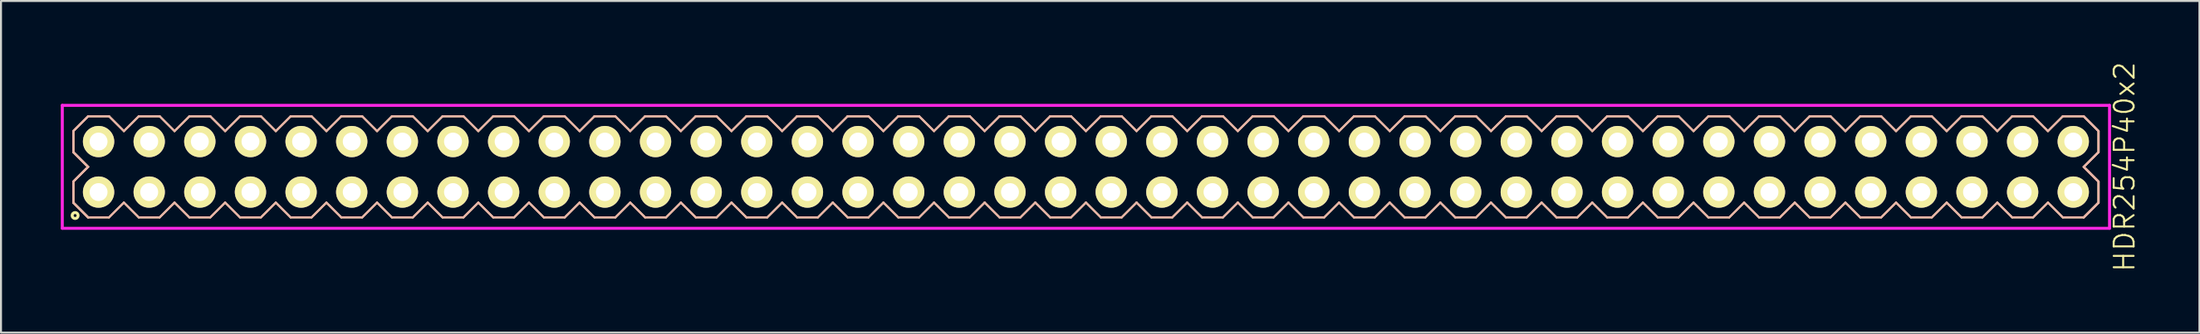
<source format=kicad_pcb>
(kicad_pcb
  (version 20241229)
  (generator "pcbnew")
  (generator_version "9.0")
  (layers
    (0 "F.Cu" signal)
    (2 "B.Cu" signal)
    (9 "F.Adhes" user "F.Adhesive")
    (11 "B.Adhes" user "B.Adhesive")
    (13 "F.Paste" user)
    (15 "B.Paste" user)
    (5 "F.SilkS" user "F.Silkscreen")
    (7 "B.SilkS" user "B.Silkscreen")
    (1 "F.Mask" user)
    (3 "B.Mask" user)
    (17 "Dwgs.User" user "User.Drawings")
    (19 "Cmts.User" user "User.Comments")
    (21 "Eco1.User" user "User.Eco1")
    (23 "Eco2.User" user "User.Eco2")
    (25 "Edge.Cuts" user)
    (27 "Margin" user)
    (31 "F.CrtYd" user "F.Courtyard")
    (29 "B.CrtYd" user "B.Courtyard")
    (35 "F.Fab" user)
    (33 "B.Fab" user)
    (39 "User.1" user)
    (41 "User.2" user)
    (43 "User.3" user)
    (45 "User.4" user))
  (footprint "HDR254P40x2"
    (layer "F.Cu")
    (at 51.425 5.336)
    (property "Reference" "HDR254P40x2" (at 52.1 0 90) (layer "F.SilkS") (effects (font (size 1 1) (thickness 0.1))))
    (attr through_hole)
    (fp_line (start -50.8 -1.796) (end -50.056 -2.54) (stroke (width 0.1) (type solid)) (layer "F.SilkS"))
    (fp_line (start -50.8 -1.796) (end -50.056 -2.54) (stroke (width 0.1) (type solid)) (layer "F.SilkS"))
    (fp_line (start -50.8 -0.744) (end -50.8 -1.796) (stroke (width 0.1) (type solid)) (layer "F.SilkS"))
    (fp_line (start -50.8 -0.744) (end -50.8 -1.796) (stroke (width 0.1) (type solid)) (layer "F.SilkS"))
    (fp_line (start -50.8 0.744) (end -50.056 0) (stroke (width 0.1) (type solid)) (layer "F.SilkS"))
    (fp_line (start -50.8 0.744) (end -50.056 0) (stroke (width 0.1) (type solid)) (layer "F.SilkS"))
    (fp_line (start -50.8 1.796) (end -50.8 0.744) (stroke (width 0.1) (type solid)) (layer "F.SilkS"))
    (fp_line (start -50.8 1.796) (end -50.8 0.744) (stroke (width 0.1) (type solid)) (layer "F.SilkS"))
    (fp_line (start -50.056 -2.54) (end -49.004 -2.54) (stroke (width 0.1) (type solid)) (layer "F.SilkS"))
    (fp_line (start -50.056 0) (end -50.8 -0.744) (stroke (width 0.1) (type solid)) (layer "F.SilkS"))
    (fp_line (start -50.056 0) (end -50.8 -0.744) (stroke (width 0.1) (type solid)) (layer "F.SilkS"))
    (fp_line (start -50.056 2.54) (end -50.8 1.796) (stroke (width 0.1) (type solid)) (layer "F.SilkS"))
    (fp_line (start -50.056 2.54) (end -50.8 1.796) (stroke (width 0.1) (type solid)) (layer "F.SilkS"))
    (fp_line (start -49.004 -2.54) (end -48.26 -1.796) (stroke (width 0.1) (type solid)) (layer "F.SilkS"))
    (fp_line (start -49.004 2.54) (end -50.056 2.54) (stroke (width 0.1) (type solid)) (layer "F.SilkS"))
    (fp_line (start -48.26 -1.796) (end -47.516 -2.54) (stroke (width 0.1) (type solid)) (layer "F.SilkS"))
    (fp_line (start -48.26 1.796) (end -49.004 2.54) (stroke (width 0.1) (type solid)) (layer "F.SilkS"))
    (fp_line (start -47.516 -2.54) (end -46.464 -2.54) (stroke (width 0.1) (type solid)) (layer "F.SilkS"))
    (fp_line (start -47.516 2.54) (end -48.26 1.796) (stroke (width 0.1) (type solid)) (layer "F.SilkS"))
    (fp_line (start -46.464 -2.54) (end -45.72 -1.796) (stroke (width 0.1) (type solid)) (layer "F.SilkS"))
    (fp_line (start -46.464 2.54) (end -47.516 2.54) (stroke (width 0.1) (type solid)) (layer "F.SilkS"))
    (fp_line (start -45.72 -1.796) (end -44.976 -2.54) (stroke (width 0.1) (type solid)) (layer "F.SilkS"))
    (fp_line (start -45.72 1.796) (end -46.464 2.54) (stroke (width 0.1) (type solid)) (layer "F.SilkS"))
    (fp_line (start -44.976 -2.54) (end -43.924 -2.54) (stroke (width 0.1) (type solid)) (layer "F.SilkS"))
    (fp_line (start -44.976 2.54) (end -45.72 1.796) (stroke (width 0.1) (type solid)) (layer "F.SilkS"))
    (fp_line (start -43.924 -2.54) (end -43.18 -1.796) (stroke (width 0.1) (type solid)) (layer "F.SilkS"))
    (fp_line (start -43.924 2.54) (end -44.976 2.54) (stroke (width 0.1) (type solid)) (layer "F.SilkS"))
    (fp_line (start -43.18 -1.796) (end -42.436 -2.54) (stroke (width 0.1) (type solid)) (layer "F.SilkS"))
    (fp_line (start -43.18 1.796) (end -43.924 2.54) (stroke (width 0.1) (type solid)) (layer "F.SilkS"))
    (fp_line (start -42.436 -2.54) (end -41.384 -2.54) (stroke (width 0.1) (type solid)) (layer "F.SilkS"))
    (fp_line (start -42.436 2.54) (end -43.18 1.796) (stroke (width 0.1) (type solid)) (layer "F.SilkS"))
    (fp_line (start -41.384 -2.54) (end -40.64 -1.796) (stroke (width 0.1) (type solid)) (layer "F.SilkS"))
    (fp_line (start -41.384 2.54) (end -42.436 2.54) (stroke (width 0.1) (type solid)) (layer "F.SilkS"))
    (fp_line (start -40.64 -1.796) (end -39.896 -2.54) (stroke (width 0.1) (type solid)) (layer "F.SilkS"))
    (fp_line (start -40.64 1.796) (end -41.384 2.54) (stroke (width 0.1) (type solid)) (layer "F.SilkS"))
    (fp_line (start -39.896 -2.54) (end -38.844 -2.54) (stroke (width 0.1) (type solid)) (layer "F.SilkS"))
    (fp_line (start -39.896 2.54) (end -40.64 1.796) (stroke (width 0.1) (type solid)) (layer "F.SilkS"))
    (fp_line (start -38.844 -2.54) (end -38.1 -1.796) (stroke (width 0.1) (type solid)) (layer "F.SilkS"))
    (fp_line (start -38.844 2.54) (end -39.896 2.54) (stroke (width 0.1) (type solid)) (layer "F.SilkS"))
    (fp_line (start -38.1 -1.796) (end -37.356 -2.54) (stroke (width 0.1) (type solid)) (layer "F.SilkS"))
    (fp_line (start -38.1 1.796) (end -38.844 2.54) (stroke (width 0.1) (type solid)) (layer "F.SilkS"))
    (fp_line (start -37.356 -2.54) (end -36.304 -2.54) (stroke (width 0.1) (type solid)) (layer "F.SilkS"))
    (fp_line (start -37.356 2.54) (end -38.1 1.796) (stroke (width 0.1) (type solid)) (layer "F.SilkS"))
    (fp_line (start -36.304 -2.54) (end -35.56 -1.796) (stroke (width 0.1) (type solid)) (layer "F.SilkS"))
    (fp_line (start -36.304 2.54) (end -37.356 2.54) (stroke (width 0.1) (type solid)) (layer "F.SilkS"))
    (fp_line (start -35.56 -1.796) (end -34.816 -2.54) (stroke (width 0.1) (type solid)) (layer "F.SilkS"))
    (fp_line (start -35.56 1.796) (end -36.304 2.54) (stroke (width 0.1) (type solid)) (layer "F.SilkS"))
    (fp_line (start -34.816 -2.54) (end -33.764 -2.54) (stroke (width 0.1) (type solid)) (layer "F.SilkS"))
    (fp_line (start -34.816 2.54) (end -35.56 1.796) (stroke (width 0.1) (type solid)) (layer "F.SilkS"))
    (fp_line (start -33.764 -2.54) (end -33.02 -1.796) (stroke (width 0.1) (type solid)) (layer "F.SilkS"))
    (fp_line (start -33.764 2.54) (end -34.816 2.54) (stroke (width 0.1) (type solid)) (layer "F.SilkS"))
    (fp_line (start -33.02 -1.796) (end -32.276 -2.54) (stroke (width 0.1) (type solid)) (layer "F.SilkS"))
    (fp_line (start -33.02 1.796) (end -33.764 2.54) (stroke (width 0.1) (type solid)) (layer "F.SilkS"))
    (fp_line (start -32.276 -2.54) (end -31.224 -2.54) (stroke (width 0.1) (type solid)) (layer "F.SilkS"))
    (fp_line (start -32.276 2.54) (end -33.02 1.796) (stroke (width 0.1) (type solid)) (layer "F.SilkS"))
    (fp_line (start -31.224 -2.54) (end -30.48 -1.796) (stroke (width 0.1) (type solid)) (layer "F.SilkS"))
    (fp_line (start -31.224 2.54) (end -32.276 2.54) (stroke (width 0.1) (type solid)) (layer "F.SilkS"))
    (fp_line (start -30.48 -1.796) (end -29.736 -2.54) (stroke (width 0.1) (type solid)) (layer "F.SilkS"))
    (fp_line (start -30.48 1.796) (end -31.224 2.54) (stroke (width 0.1) (type solid)) (layer "F.SilkS"))
    (fp_line (start -29.736 -2.54) (end -28.684 -2.54) (stroke (width 0.1) (type solid)) (layer "F.SilkS"))
    (fp_line (start -29.736 2.54) (end -30.48 1.796) (stroke (width 0.1) (type solid)) (layer "F.SilkS"))
    (fp_line (start -28.684 -2.54) (end -27.94 -1.796) (stroke (width 0.1) (type solid)) (layer "F.SilkS"))
    (fp_line (start -28.684 2.54) (end -29.736 2.54) (stroke (width 0.1) (type solid)) (layer "F.SilkS"))
    (fp_line (start -27.94 -1.796) (end -27.196 -2.54) (stroke (width 0.1) (type solid)) (layer "F.SilkS"))
    (fp_line (start -27.94 1.796) (end -28.684 2.54) (stroke (width 0.1) (type solid)) (layer "F.SilkS"))
    (fp_line (start -27.196 -2.54) (end -26.144 -2.54) (stroke (width 0.1) (type solid)) (layer "F.SilkS"))
    (fp_line (start -27.196 2.54) (end -27.94 1.796) (stroke (width 0.1) (type solid)) (layer "F.SilkS"))
    (fp_line (start -26.144 -2.54) (end -25.4 -1.796) (stroke (width 0.1) (type solid)) (layer "F.SilkS"))
    (fp_line (start -26.144 2.54) (end -27.196 2.54) (stroke (width 0.1) (type solid)) (layer "F.SilkS"))
    (fp_line (start -25.4 -1.796) (end -24.656 -2.54) (stroke (width 0.1) (type solid)) (layer "F.SilkS"))
    (fp_line (start -25.4 1.796) (end -26.144 2.54) (stroke (width 0.1) (type solid)) (layer "F.SilkS"))
    (fp_line (start -24.656 -2.54) (end -23.604 -2.54) (stroke (width 0.1) (type solid)) (layer "F.SilkS"))
    (fp_line (start -24.656 2.54) (end -25.4 1.796) (stroke (width 0.1) (type solid)) (layer "F.SilkS"))
    (fp_line (start -23.604 -2.54) (end -22.86 -1.796) (stroke (width 0.1) (type solid)) (layer "F.SilkS"))
    (fp_line (start -23.604 2.54) (end -24.656 2.54) (stroke (width 0.1) (type solid)) (layer "F.SilkS"))
    (fp_line (start -22.86 -1.796) (end -22.116 -2.54) (stroke (width 0.1) (type solid)) (layer "F.SilkS"))
    (fp_line (start -22.86 1.796) (end -23.604 2.54) (stroke (width 0.1) (type solid)) (layer "F.SilkS"))
    (fp_line (start -22.116 -2.54) (end -21.064 -2.54) (stroke (width 0.1) (type solid)) (layer "F.SilkS"))
    (fp_line (start -22.116 2.54) (end -22.86 1.796) (stroke (width 0.1) (type solid)) (layer "F.SilkS"))
    (fp_line (start -21.064 -2.54) (end -20.32 -1.796) (stroke (width 0.1) (type solid)) (layer "F.SilkS"))
    (fp_line (start -21.064 2.54) (end -22.116 2.54) (stroke (width 0.1) (type solid)) (layer "F.SilkS"))
    (fp_line (start -20.32 -1.796) (end -19.576 -2.54) (stroke (width 0.1) (type solid)) (layer "F.SilkS"))
    (fp_line (start -20.32 1.796) (end -21.064 2.54) (stroke (width 0.1) (type solid)) (layer "F.SilkS"))
    (fp_line (start -19.576 -2.54) (end -18.524 -2.54) (stroke (width 0.1) (type solid)) (layer "F.SilkS"))
    (fp_line (start -19.576 2.54) (end -20.32 1.796) (stroke (width 0.1) (type solid)) (layer "F.SilkS"))
    (fp_line (start -18.524 -2.54) (end -17.78 -1.796) (stroke (width 0.1) (type solid)) (layer "F.SilkS"))
    (fp_line (start -18.524 2.54) (end -19.576 2.54) (stroke (width 0.1) (type solid)) (layer "F.SilkS"))
    (fp_line (start -17.78 -1.796) (end -17.036 -2.54) (stroke (width 0.1) (type solid)) (layer "F.SilkS"))
    (fp_line (start -17.78 1.796) (end -18.524 2.54) (stroke (width 0.1) (type solid)) (layer "F.SilkS"))
    (fp_line (start -17.036 -2.54) (end -15.984 -2.54) (stroke (width 0.1) (type solid)) (layer "F.SilkS"))
    (fp_line (start -17.036 2.54) (end -17.78 1.796) (stroke (width 0.1) (type solid)) (layer "F.SilkS"))
    (fp_line (start -15.984 -2.54) (end -15.24 -1.796) (stroke (width 0.1) (type solid)) (layer "F.SilkS"))
    (fp_line (start -15.984 2.54) (end -17.036 2.54) (stroke (width 0.1) (type solid)) (layer "F.SilkS"))
    (fp_line (start -15.24 -1.796) (end -14.496 -2.54) (stroke (width 0.1) (type solid)) (layer "F.SilkS"))
    (fp_line (start -15.24 1.796) (end -15.984 2.54) (stroke (width 0.1) (type solid)) (layer "F.SilkS"))
    (fp_line (start -14.496 -2.54) (end -13.444 -2.54) (stroke (width 0.1) (type solid)) (layer "F.SilkS"))
    (fp_line (start -14.496 2.54) (end -15.24 1.796) (stroke (width 0.1) (type solid)) (layer "F.SilkS"))
    (fp_line (start -13.444 -2.54) (end -12.7 -1.796) (stroke (width 0.1) (type solid)) (layer "F.SilkS"))
    (fp_line (start -13.444 2.54) (end -14.496 2.54) (stroke (width 0.1) (type solid)) (layer "F.SilkS"))
    (fp_line (start -12.7 -1.796) (end -11.956 -2.54) (stroke (width 0.1) (type solid)) (layer "F.SilkS"))
    (fp_line (start -12.7 1.796) (end -13.444 2.54) (stroke (width 0.1) (type solid)) (layer "F.SilkS"))
    (fp_line (start -11.956 -2.54) (end -10.904 -2.54) (stroke (width 0.1) (type solid)) (layer "F.SilkS"))
    (fp_line (start -11.956 2.54) (end -12.7 1.796) (stroke (width 0.1) (type solid)) (layer "F.SilkS"))
    (fp_line (start -10.904 -2.54) (end -10.16 -1.796) (stroke (width 0.1) (type solid)) (layer "F.SilkS"))
    (fp_line (start -10.904 2.54) (end -11.956 2.54) (stroke (width 0.1) (type solid)) (layer "F.SilkS"))
    (fp_line (start -10.16 -1.796) (end -9.416 -2.54) (stroke (width 0.1) (type solid)) (layer "F.SilkS"))
    (fp_line (start -10.16 1.796) (end -10.904 2.54) (stroke (width 0.1) (type solid)) (layer "F.SilkS"))
    (fp_line (start -9.416 -2.54) (end -8.364 -2.54) (stroke (width 0.1) (type solid)) (layer "F.SilkS"))
    (fp_line (start -9.416 2.54) (end -10.16 1.796) (stroke (width 0.1) (type solid)) (layer "F.SilkS"))
    (fp_line (start -8.364 -2.54) (end -7.62 -1.796) (stroke (width 0.1) (type solid)) (layer "F.SilkS"))
    (fp_line (start -8.364 2.54) (end -9.416 2.54) (stroke (width 0.1) (type solid)) (layer "F.SilkS"))
    (fp_line (start -7.62 -1.796) (end -6.876 -2.54) (stroke (width 0.1) (type solid)) (layer "F.SilkS"))
    (fp_line (start -7.62 1.796) (end -8.364 2.54) (stroke (width 0.1) (type solid)) (layer "F.SilkS"))
    (fp_line (start -6.876 -2.54) (end -5.824 -2.54) (stroke (width 0.1) (type solid)) (layer "F.SilkS"))
    (fp_line (start -6.876 2.54) (end -7.62 1.796) (stroke (width 0.1) (type solid)) (layer "F.SilkS"))
    (fp_line (start -5.824 -2.54) (end -5.08 -1.796) (stroke (width 0.1) (type solid)) (layer "F.SilkS"))
    (fp_line (start -5.824 2.54) (end -6.876 2.54) (stroke (width 0.1) (type solid)) (layer "F.SilkS"))
    (fp_line (start -5.08 -1.796) (end -4.336 -2.54) (stroke (width 0.1) (type solid)) (layer "F.SilkS"))
    (fp_line (start -5.08 1.796) (end -5.824 2.54) (stroke (width 0.1) (type solid)) (layer "F.SilkS"))
    (fp_line (start -4.336 -2.54) (end -3.284 -2.54) (stroke (width 0.1) (type solid)) (layer "F.SilkS"))
    (fp_line (start -4.336 2.54) (end -5.08 1.796) (stroke (width 0.1) (type solid)) (layer "F.SilkS"))
    (fp_line (start -3.284 -2.54) (end -2.54 -1.796) (stroke (width 0.1) (type solid)) (layer "F.SilkS"))
    (fp_line (start -3.284 2.54) (end -4.336 2.54) (stroke (width 0.1) (type solid)) (layer "F.SilkS"))
    (fp_line (start -2.54 -1.796) (end -1.796 -2.54) (stroke (width 0.1) (type solid)) (layer "F.SilkS"))
    (fp_line (start -2.54 1.796) (end -3.284 2.54) (stroke (width 0.1) (type solid)) (layer "F.SilkS"))
    (fp_line (start -1.796 -2.54) (end -0.744 -2.54) (stroke (width 0.1) (type solid)) (layer "F.SilkS"))
    (fp_line (start -1.796 2.54) (end -2.54 1.796) (stroke (width 0.1) (type solid)) (layer "F.SilkS"))
    (fp_line (start -0.744 -2.54) (end 0 -1.796) (stroke (width 0.1) (type solid)) (layer "F.SilkS"))
    (fp_line (start -0.744 2.54) (end -1.796 2.54) (stroke (width 0.1) (type solid)) (layer "F.SilkS"))
    (fp_line (start 0 -1.796) (end 0.744 -2.54) (stroke (width 0.1) (type solid)) (layer "F.SilkS"))
    (fp_line (start 0 1.796) (end -0.744 2.54) (stroke (width 0.1) (type solid)) (layer "F.SilkS"))
    (fp_line (start 0.744 -2.54) (end 1.796 -2.54) (stroke (width 0.1) (type solid)) (layer "F.SilkS"))
    (fp_line (start 0.744 2.54) (end 0 1.796) (stroke (width 0.1) (type solid)) (layer "F.SilkS"))
    (fp_line (start 1.796 -2.54) (end 2.54 -1.796) (stroke (width 0.1) (type solid)) (layer "F.SilkS"))
    (fp_line (start 1.796 2.54) (end 0.744 2.54) (stroke (width 0.1) (type solid)) (layer "F.SilkS"))
    (fp_line (start 2.54 -1.796) (end 3.284 -2.54) (stroke (width 0.1) (type solid)) (layer "F.SilkS"))
    (fp_line (start 2.54 1.796) (end 1.796 2.54) (stroke (width 0.1) (type solid)) (layer "F.SilkS"))
    (fp_line (start 3.284 -2.54) (end 4.336 -2.54) (stroke (width 0.1) (type solid)) (layer "F.SilkS"))
    (fp_line (start 3.284 2.54) (end 2.54 1.796) (stroke (width 0.1) (type solid)) (layer "F.SilkS"))
    (fp_line (start 4.336 -2.54) (end 5.08 -1.796) (stroke (width 0.1) (type solid)) (layer "F.SilkS"))
    (fp_line (start 4.336 2.54) (end 3.284 2.54) (stroke (width 0.1) (type solid)) (layer "F.SilkS"))
    (fp_line (start 5.08 -1.796) (end 5.824 -2.54) (stroke (width 0.1) (type solid)) (layer "F.SilkS"))
    (fp_line (start 5.08 1.796) (end 4.336 2.54) (stroke (width 0.1) (type solid)) (layer "F.SilkS"))
    (fp_line (start 5.824 -2.54) (end 6.876 -2.54) (stroke (width 0.1) (type solid)) (layer "F.SilkS"))
    (fp_line (start 5.824 2.54) (end 5.08 1.796) (stroke (width 0.1) (type solid)) (layer "F.SilkS"))
    (fp_line (start 6.876 -2.54) (end 7.62 -1.796) (stroke (width 0.1) (type solid)) (layer "F.SilkS"))
    (fp_line (start 6.876 2.54) (end 5.824 2.54) (stroke (width 0.1) (type solid)) (layer "F.SilkS"))
    (fp_line (start 7.62 -1.796) (end 8.364 -2.54) (stroke (width 0.1) (type solid)) (layer "F.SilkS"))
    (fp_line (start 7.62 1.796) (end 6.876 2.54) (stroke (width 0.1) (type solid)) (layer "F.SilkS"))
    (fp_line (start 8.364 -2.54) (end 9.416 -2.54) (stroke (width 0.1) (type solid)) (layer "F.SilkS"))
    (fp_line (start 8.364 2.54) (end 7.62 1.796) (stroke (width 0.1) (type solid)) (layer "F.SilkS"))
    (fp_line (start 9.416 -2.54) (end 10.16 -1.796) (stroke (width 0.1) (type solid)) (layer "F.SilkS"))
    (fp_line (start 9.416 2.54) (end 8.364 2.54) (stroke (width 0.1) (type solid)) (layer "F.SilkS"))
    (fp_line (start 10.16 -1.796) (end 10.904 -2.54) (stroke (width 0.1) (type solid)) (layer "F.SilkS"))
    (fp_line (start 10.16 1.796) (end 9.416 2.54) (stroke (width 0.1) (type solid)) (layer "F.SilkS"))
    (fp_line (start 10.904 -2.54) (end 11.956 -2.54) (stroke (width 0.1) (type solid)) (layer "F.SilkS"))
    (fp_line (start 10.904 2.54) (end 10.16 1.796) (stroke (width 0.1) (type solid)) (layer "F.SilkS"))
    (fp_line (start 11.956 -2.54) (end 12.7 -1.796) (stroke (width 0.1) (type solid)) (layer "F.SilkS"))
    (fp_line (start 11.956 2.54) (end 10.904 2.54) (stroke (width 0.1) (type solid)) (layer "F.SilkS"))
    (fp_line (start 12.7 -1.796) (end 13.444 -2.54) (stroke (width 0.1) (type solid)) (layer "F.SilkS"))
    (fp_line (start 12.7 1.796) (end 11.956 2.54) (stroke (width 0.1) (type solid)) (layer "F.SilkS"))
    (fp_line (start 13.444 -2.54) (end 14.496 -2.54) (stroke (width 0.1) (type solid)) (layer "F.SilkS"))
    (fp_line (start 13.444 2.54) (end 12.7 1.796) (stroke (width 0.1) (type solid)) (layer "F.SilkS"))
    (fp_line (start 14.496 -2.54) (end 15.24 -1.796) (stroke (width 0.1) (type solid)) (layer "F.SilkS"))
    (fp_line (start 14.496 2.54) (end 13.444 2.54) (stroke (width 0.1) (type solid)) (layer "F.SilkS"))
    (fp_line (start 15.24 -1.796) (end 15.984 -2.54) (stroke (width 0.1) (type solid)) (layer "F.SilkS"))
    (fp_line (start 15.24 1.796) (end 14.496 2.54) (stroke (width 0.1) (type solid)) (layer "F.SilkS"))
    (fp_line (start 15.984 -2.54) (end 17.036 -2.54) (stroke (width 0.1) (type solid)) (layer "F.SilkS"))
    (fp_line (start 15.984 2.54) (end 15.24 1.796) (stroke (width 0.1) (type solid)) (layer "F.SilkS"))
    (fp_line (start 17.036 -2.54) (end 17.78 -1.796) (stroke (width 0.1) (type solid)) (layer "F.SilkS"))
    (fp_line (start 17.036 2.54) (end 15.984 2.54) (stroke (width 0.1) (type solid)) (layer "F.SilkS"))
    (fp_line (start 17.78 -1.796) (end 18.524 -2.54) (stroke (width 0.1) (type solid)) (layer "F.SilkS"))
    (fp_line (start 17.78 1.796) (end 17.036 2.54) (stroke (width 0.1) (type solid)) (layer "F.SilkS"))
    (fp_line (start 18.524 -2.54) (end 19.576 -2.54) (stroke (width 0.1) (type solid)) (layer "F.SilkS"))
    (fp_line (start 18.524 2.54) (end 17.78 1.796) (stroke (width 0.1) (type solid)) (layer "F.SilkS"))
    (fp_line (start 19.576 -2.54) (end 20.32 -1.796) (stroke (width 0.1) (type solid)) (layer "F.SilkS"))
    (fp_line (start 19.576 2.54) (end 18.524 2.54) (stroke (width 0.1) (type solid)) (layer "F.SilkS"))
    (fp_line (start 20.32 -1.796) (end 21.064 -2.54) (stroke (width 0.1) (type solid)) (layer "F.SilkS"))
    (fp_line (start 20.32 1.796) (end 19.576 2.54) (stroke (width 0.1) (type solid)) (layer "F.SilkS"))
    (fp_line (start 21.064 -2.54) (end 22.116 -2.54) (stroke (width 0.1) (type solid)) (layer "F.SilkS"))
    (fp_line (start 21.064 2.54) (end 20.32 1.796) (stroke (width 0.1) (type solid)) (layer "F.SilkS"))
    (fp_line (start 22.116 -2.54) (end 22.86 -1.796) (stroke (width 0.1) (type solid)) (layer "F.SilkS"))
    (fp_line (start 22.116 2.54) (end 21.064 2.54) (stroke (width 0.1) (type solid)) (layer "F.SilkS"))
    (fp_line (start 22.86 -1.796) (end 23.604 -2.54) (stroke (width 0.1) (type solid)) (layer "F.SilkS"))
    (fp_line (start 22.86 1.796) (end 22.116 2.54) (stroke (width 0.1) (type solid)) (layer "F.SilkS"))
    (fp_line (start 23.604 -2.54) (end 24.656 -2.54) (stroke (width 0.1) (type solid)) (layer "F.SilkS"))
    (fp_line (start 23.604 2.54) (end 22.86 1.796) (stroke (width 0.1) (type solid)) (layer "F.SilkS"))
    (fp_line (start 24.656 -2.54) (end 25.4 -1.796) (stroke (width 0.1) (type solid)) (layer "F.SilkS"))
    (fp_line (start 24.656 2.54) (end 23.604 2.54) (stroke (width 0.1) (type solid)) (layer "F.SilkS"))
    (fp_line (start 25.4 -1.796) (end 26.144 -2.54) (stroke (width 0.1) (type solid)) (layer "F.SilkS"))
    (fp_line (start 25.4 1.796) (end 24.656 2.54) (stroke (width 0.1) (type solid)) (layer "F.SilkS"))
    (fp_line (start 26.144 -2.54) (end 27.196 -2.54) (stroke (width 0.1) (type solid)) (layer "F.SilkS"))
    (fp_line (start 26.144 2.54) (end 25.4 1.796) (stroke (width 0.1) (type solid)) (layer "F.SilkS"))
    (fp_line (start 27.196 -2.54) (end 27.94 -1.796) (stroke (width 0.1) (type solid)) (layer "F.SilkS"))
    (fp_line (start 27.196 2.54) (end 26.144 2.54) (stroke (width 0.1) (type solid)) (layer "F.SilkS"))
    (fp_line (start 27.94 -1.796) (end 28.684 -2.54) (stroke (width 0.1) (type solid)) (layer "F.SilkS"))
    (fp_line (start 27.94 1.796) (end 27.196 2.54) (stroke (width 0.1) (type solid)) (layer "F.SilkS"))
    (fp_line (start 28.684 -2.54) (end 29.736 -2.54) (stroke (width 0.1) (type solid)) (layer "F.SilkS"))
    (fp_line (start 28.684 2.54) (end 27.94 1.796) (stroke (width 0.1) (type solid)) (layer "F.SilkS"))
    (fp_line (start 29.736 -2.54) (end 30.48 -1.796) (stroke (width 0.1) (type solid)) (layer "F.SilkS"))
    (fp_line (start 29.736 2.54) (end 28.684 2.54) (stroke (width 0.1) (type solid)) (layer "F.SilkS"))
    (fp_line (start 30.48 -1.796) (end 31.224 -2.54) (stroke (width 0.1) (type solid)) (layer "F.SilkS"))
    (fp_line (start 30.48 1.796) (end 29.736 2.54) (stroke (width 0.1) (type solid)) (layer "F.SilkS"))
    (fp_line (start 31.224 -2.54) (end 32.276 -2.54) (stroke (width 0.1) (type solid)) (layer "F.SilkS"))
    (fp_line (start 31.224 2.54) (end 30.48 1.796) (stroke (width 0.1) (type solid)) (layer "F.SilkS"))
    (fp_line (start 32.276 -2.54) (end 33.02 -1.796) (stroke (width 0.1) (type solid)) (layer "F.SilkS"))
    (fp_line (start 32.276 2.54) (end 31.224 2.54) (stroke (width 0.1) (type solid)) (layer "F.SilkS"))
    (fp_line (start 33.02 -1.796) (end 33.764 -2.54) (stroke (width 0.1) (type solid)) (layer "F.SilkS"))
    (fp_line (start 33.02 1.796) (end 32.276 2.54) (stroke (width 0.1) (type solid)) (layer "F.SilkS"))
    (fp_line (start 33.764 -2.54) (end 34.816 -2.54) (stroke (width 0.1) (type solid)) (layer "F.SilkS"))
    (fp_line (start 33.764 2.54) (end 33.02 1.796) (stroke (width 0.1) (type solid)) (layer "F.SilkS"))
    (fp_line (start 34.816 -2.54) (end 35.56 -1.796) (stroke (width 0.1) (type solid)) (layer "F.SilkS"))
    (fp_line (start 34.816 2.54) (end 33.764 2.54) (stroke (width 0.1) (type solid)) (layer "F.SilkS"))
    (fp_line (start 35.56 -1.796) (end 36.304 -2.54) (stroke (width 0.1) (type solid)) (layer "F.SilkS"))
    (fp_line (start 35.56 1.796) (end 34.816 2.54) (stroke (width 0.1) (type solid)) (layer "F.SilkS"))
    (fp_line (start 36.304 -2.54) (end 37.356 -2.54) (stroke (width 0.1) (type solid)) (layer "F.SilkS"))
    (fp_line (start 36.304 2.54) (end 35.56 1.796) (stroke (width 0.1) (type solid)) (layer "F.SilkS"))
    (fp_line (start 37.356 -2.54) (end 38.1 -1.796) (stroke (width 0.1) (type solid)) (layer "F.SilkS"))
    (fp_line (start 37.356 2.54) (end 36.304 2.54) (stroke (width 0.1) (type solid)) (layer "F.SilkS"))
    (fp_line (start 38.1 -1.796) (end 38.844 -2.54) (stroke (width 0.1) (type solid)) (layer "F.SilkS"))
    (fp_line (start 38.1 1.796) (end 37.356 2.54) (stroke (width 0.1) (type solid)) (layer "F.SilkS"))
    (fp_line (start 38.844 -2.54) (end 39.896 -2.54) (stroke (width 0.1) (type solid)) (layer "F.SilkS"))
    (fp_line (start 38.844 2.54) (end 38.1 1.796) (stroke (width 0.1) (type solid)) (layer "F.SilkS"))
    (fp_line (start 39.896 -2.54) (end 40.64 -1.796) (stroke (width 0.1) (type solid)) (layer "F.SilkS"))
    (fp_line (start 39.896 2.54) (end 38.844 2.54) (stroke (width 0.1) (type solid)) (layer "F.SilkS"))
    (fp_line (start 40.64 -1.796) (end 41.384 -2.54) (stroke (width 0.1) (type solid)) (layer "F.SilkS"))
    (fp_line (start 40.64 1.796) (end 39.896 2.54) (stroke (width 0.1) (type solid)) (layer "F.SilkS"))
    (fp_line (start 41.384 -2.54) (end 42.436 -2.54) (stroke (width 0.1) (type solid)) (layer "F.SilkS"))
    (fp_line (start 41.384 2.54) (end 40.64 1.796) (stroke (width 0.1) (type solid)) (layer "F.SilkS"))
    (fp_line (start 42.436 -2.54) (end 43.18 -1.796) (stroke (width 0.1) (type solid)) (layer "F.SilkS"))
    (fp_line (start 42.436 2.54) (end 41.384 2.54) (stroke (width 0.1) (type solid)) (layer "F.SilkS"))
    (fp_line (start 43.18 -1.796) (end 43.924 -2.54) (stroke (width 0.1) (type solid)) (layer "F.SilkS"))
    (fp_line (start 43.18 1.796) (end 42.436 2.54) (stroke (width 0.1) (type solid)) (layer "F.SilkS"))
    (fp_line (start 43.924 -2.54) (end 44.976 -2.54) (stroke (width 0.1) (type solid)) (layer "F.SilkS"))
    (fp_line (start 43.924 2.54) (end 43.18 1.796) (stroke (width 0.1) (type solid)) (layer "F.SilkS"))
    (fp_line (start 44.976 -2.54) (end 45.72 -1.796) (stroke (width 0.1) (type solid)) (layer "F.SilkS"))
    (fp_line (start 44.976 2.54) (end 43.924 2.54) (stroke (width 0.1) (type solid)) (layer "F.SilkS"))
    (fp_line (start 45.72 -1.796) (end 46.464 -2.54) (stroke (width 0.1) (type solid)) (layer "F.SilkS"))
    (fp_line (start 45.72 1.796) (end 44.976 2.54) (stroke (width 0.1) (type solid)) (layer "F.SilkS"))
    (fp_line (start 46.464 -2.54) (end 47.516 -2.54) (stroke (width 0.1) (type solid)) (layer "F.SilkS"))
    (fp_line (start 46.464 2.54) (end 45.72 1.796) (stroke (width 0.1) (type solid)) (layer "F.SilkS"))
    (fp_line (start 47.516 -2.54) (end 48.26 -1.796) (stroke (width 0.1) (type solid)) (layer "F.SilkS"))
    (fp_line (start 47.516 2.54) (end 46.464 2.54) (stroke (width 0.1) (type solid)) (layer "F.SilkS"))
    (fp_line (start 48.26 -1.796) (end 49.004 -2.54) (stroke (width 0.1) (type solid)) (layer "F.SilkS"))
    (fp_line (start 48.26 1.796) (end 47.516 2.54) (stroke (width 0.1) (type solid)) (layer "F.SilkS"))
    (fp_line (start 49.004 -2.54) (end 50.056 -2.54) (stroke (width 0.1) (type solid)) (layer "F.SilkS"))
    (fp_line (start 49.004 2.54) (end 48.26 1.796) (stroke (width 0.1) (type solid)) (layer "F.SilkS"))
    (fp_line (start 50.056 -2.54) (end 50.8 -1.796) (stroke (width 0.1) (type solid)) (layer "F.SilkS"))
    (fp_line (start 50.056 -2.54) (end 50.8 -1.796) (stroke (width 0.1) (type solid)) (layer "F.SilkS"))
    (fp_line (start 50.056 0) (end 50.8 0.744) (stroke (width 0.1) (type solid)) (layer "F.SilkS"))
    (fp_line (start 50.056 0) (end 50.8 0.744) (stroke (width 0.1) (type solid)) (layer "F.SilkS"))
    (fp_line (start 50.056 2.54) (end 49.004 2.54) (stroke (width 0.1) (type solid)) (layer "F.SilkS"))
    (fp_line (start 50.8 -1.796) (end 50.8 -0.744) (stroke (width 0.1) (type solid)) (layer "F.SilkS"))
    (fp_line (start 50.8 -1.796) (end 50.8 -0.744) (stroke (width 0.1) (type solid)) (layer "F.SilkS"))
    (fp_line (start 50.8 -0.744) (end 50.056 0) (stroke (width 0.1) (type solid)) (layer "F.SilkS"))
    (fp_line (start 50.8 -0.744) (end 50.056 0) (stroke (width 0.1) (type solid)) (layer "F.SilkS"))
    (fp_line (start 50.8 0.744) (end 50.8 1.796) (stroke (width 0.1) (type solid)) (layer "F.SilkS"))
    (fp_line (start 50.8 0.744) (end 50.8 1.796) (stroke (width 0.1) (type solid)) (layer "F.SilkS"))
    (fp_line (start 50.8 1.796) (end 50.056 2.54) (stroke (width 0.1) (type solid)) (layer "F.SilkS"))
    (fp_line (start 50.8 1.796) (end 50.056 2.54) (stroke (width 0.1) (type solid)) (layer "F.SilkS"))
    (fp_circle (center -50.707 2.448) (end -50.558 2.448) (stroke (width 0.15) (type solid)) (fill no) (layer "F.SilkS"))
    (fp_line (start -50.8 -1.796) (end -50.056 -2.54) (stroke (width 0.1) (type solid)) (layer "B.SilkS"))
    (fp_line (start -50.8 -1.796) (end -50.056 -2.54) (stroke (width 0.1) (type solid)) (layer "B.SilkS"))
    (fp_line (start -50.8 -0.744) (end -50.8 -1.796) (stroke (width 0.1) (type solid)) (layer "B.SilkS"))
    (fp_line (start -50.8 -0.744) (end -50.8 -1.796) (stroke (width 0.1) (type solid)) (layer "B.SilkS"))
    (fp_line (start -50.8 0.744) (end -50.056 0) (stroke (width 0.1) (type solid)) (layer "B.SilkS"))
    (fp_line (start -50.8 0.744) (end -50.056 0) (stroke (width 0.1) (type solid)) (layer "B.SilkS"))
    (fp_line (start -50.8 1.796) (end -50.8 0.744) (stroke (width 0.1) (type solid)) (layer "B.SilkS"))
    (fp_line (start -50.8 1.796) (end -50.8 0.744) (stroke (width 0.1) (type solid)) (layer "B.SilkS"))
    (fp_line (start -50.056 -2.54) (end -49.004 -2.54) (stroke (width 0.1) (type solid)) (layer "B.SilkS"))
    (fp_line (start -50.056 0) (end -50.8 -0.744) (stroke (width 0.1) (type solid)) (layer "B.SilkS"))
    (fp_line (start -50.056 0) (end -50.8 -0.744) (stroke (width 0.1) (type solid)) (layer "B.SilkS"))
    (fp_line (start -50.056 2.54) (end -50.8 1.796) (stroke (width 0.1) (type solid)) (layer "B.SilkS"))
    (fp_line (start -50.056 2.54) (end -50.8 1.796) (stroke (width 0.1) (type solid)) (layer "B.SilkS"))
    (fp_line (start -49.004 -2.54) (end -48.26 -1.796) (stroke (width 0.1) (type solid)) (layer "B.SilkS"))
    (fp_line (start -49.004 2.54) (end -50.056 2.54) (stroke (width 0.1) (type solid)) (layer "B.SilkS"))
    (fp_line (start -48.26 -1.796) (end -47.516 -2.54) (stroke (width 0.1) (type solid)) (layer "B.SilkS"))
    (fp_line (start -48.26 1.796) (end -49.004 2.54) (stroke (width 0.1) (type solid)) (layer "B.SilkS"))
    (fp_line (start -47.516 -2.54) (end -46.464 -2.54) (stroke (width 0.1) (type solid)) (layer "B.SilkS"))
    (fp_line (start -47.516 2.54) (end -48.26 1.796) (stroke (width 0.1) (type solid)) (layer "B.SilkS"))
    (fp_line (start -46.464 -2.54) (end -45.72 -1.796) (stroke (width 0.1) (type solid)) (layer "B.SilkS"))
    (fp_line (start -46.464 2.54) (end -47.516 2.54) (stroke (width 0.1) (type solid)) (layer "B.SilkS"))
    (fp_line (start -45.72 -1.796) (end -44.976 -2.54) (stroke (width 0.1) (type solid)) (layer "B.SilkS"))
    (fp_line (start -45.72 1.796) (end -46.464 2.54) (stroke (width 0.1) (type solid)) (layer "B.SilkS"))
    (fp_line (start -44.976 -2.54) (end -43.924 -2.54) (stroke (width 0.1) (type solid)) (layer "B.SilkS"))
    (fp_line (start -44.976 2.54) (end -45.72 1.796) (stroke (width 0.1) (type solid)) (layer "B.SilkS"))
    (fp_line (start -43.924 -2.54) (end -43.18 -1.796) (stroke (width 0.1) (type solid)) (layer "B.SilkS"))
    (fp_line (start -43.924 2.54) (end -44.976 2.54) (stroke (width 0.1) (type solid)) (layer "B.SilkS"))
    (fp_line (start -43.18 -1.796) (end -42.436 -2.54) (stroke (width 0.1) (type solid)) (layer "B.SilkS"))
    (fp_line (start -43.18 1.796) (end -43.924 2.54) (stroke (width 0.1) (type solid)) (layer "B.SilkS"))
    (fp_line (start -42.436 -2.54) (end -41.384 -2.54) (stroke (width 0.1) (type solid)) (layer "B.SilkS"))
    (fp_line (start -42.436 2.54) (end -43.18 1.796) (stroke (width 0.1) (type solid)) (layer "B.SilkS"))
    (fp_line (start -41.384 -2.54) (end -40.64 -1.796) (stroke (width 0.1) (type solid)) (layer "B.SilkS"))
    (fp_line (start -41.384 2.54) (end -42.436 2.54) (stroke (width 0.1) (type solid)) (layer "B.SilkS"))
    (fp_line (start -40.64 -1.796) (end -39.896 -2.54) (stroke (width 0.1) (type solid)) (layer "B.SilkS"))
    (fp_line (start -40.64 1.796) (end -41.384 2.54) (stroke (width 0.1) (type solid)) (layer "B.SilkS"))
    (fp_line (start -39.896 -2.54) (end -38.844 -2.54) (stroke (width 0.1) (type solid)) (layer "B.SilkS"))
    (fp_line (start -39.896 2.54) (end -40.64 1.796) (stroke (width 0.1) (type solid)) (layer "B.SilkS"))
    (fp_line (start -38.844 -2.54) (end -38.1 -1.796) (stroke (width 0.1) (type solid)) (layer "B.SilkS"))
    (fp_line (start -38.844 2.54) (end -39.896 2.54) (stroke (width 0.1) (type solid)) (layer "B.SilkS"))
    (fp_line (start -38.1 -1.796) (end -37.356 -2.54) (stroke (width 0.1) (type solid)) (layer "B.SilkS"))
    (fp_line (start -38.1 1.796) (end -38.844 2.54) (stroke (width 0.1) (type solid)) (layer "B.SilkS"))
    (fp_line (start -37.356 -2.54) (end -36.304 -2.54) (stroke (width 0.1) (type solid)) (layer "B.SilkS"))
    (fp_line (start -37.356 2.54) (end -38.1 1.796) (stroke (width 0.1) (type solid)) (layer "B.SilkS"))
    (fp_line (start -36.304 -2.54) (end -35.56 -1.796) (stroke (width 0.1) (type solid)) (layer "B.SilkS"))
    (fp_line (start -36.304 2.54) (end -37.356 2.54) (stroke (width 0.1) (type solid)) (layer "B.SilkS"))
    (fp_line (start -35.56 -1.796) (end -34.816 -2.54) (stroke (width 0.1) (type solid)) (layer "B.SilkS"))
    (fp_line (start -35.56 1.796) (end -36.304 2.54) (stroke (width 0.1) (type solid)) (layer "B.SilkS"))
    (fp_line (start -34.816 -2.54) (end -33.764 -2.54) (stroke (width 0.1) (type solid)) (layer "B.SilkS"))
    (fp_line (start -34.816 2.54) (end -35.56 1.796) (stroke (width 0.1) (type solid)) (layer "B.SilkS"))
    (fp_line (start -33.764 -2.54) (end -33.02 -1.796) (stroke (width 0.1) (type solid)) (layer "B.SilkS"))
    (fp_line (start -33.764 2.54) (end -34.816 2.54) (stroke (width 0.1) (type solid)) (layer "B.SilkS"))
    (fp_line (start -33.02 -1.796) (end -32.276 -2.54) (stroke (width 0.1) (type solid)) (layer "B.SilkS"))
    (fp_line (start -33.02 1.796) (end -33.764 2.54) (stroke (width 0.1) (type solid)) (layer "B.SilkS"))
    (fp_line (start -32.276 -2.54) (end -31.224 -2.54) (stroke (width 0.1) (type solid)) (layer "B.SilkS"))
    (fp_line (start -32.276 2.54) (end -33.02 1.796) (stroke (width 0.1) (type solid)) (layer "B.SilkS"))
    (fp_line (start -31.224 -2.54) (end -30.48 -1.796) (stroke (width 0.1) (type solid)) (layer "B.SilkS"))
    (fp_line (start -31.224 2.54) (end -32.276 2.54) (stroke (width 0.1) (type solid)) (layer "B.SilkS"))
    (fp_line (start -30.48 -1.796) (end -29.736 -2.54) (stroke (width 0.1) (type solid)) (layer "B.SilkS"))
    (fp_line (start -30.48 1.796) (end -31.224 2.54) (stroke (width 0.1) (type solid)) (layer "B.SilkS"))
    (fp_line (start -29.736 -2.54) (end -28.684 -2.54) (stroke (width 0.1) (type solid)) (layer "B.SilkS"))
    (fp_line (start -29.736 2.54) (end -30.48 1.796) (stroke (width 0.1) (type solid)) (layer "B.SilkS"))
    (fp_line (start -28.684 -2.54) (end -27.94 -1.796) (stroke (width 0.1) (type solid)) (layer "B.SilkS"))
    (fp_line (start -28.684 2.54) (end -29.736 2.54) (stroke (width 0.1) (type solid)) (layer "B.SilkS"))
    (fp_line (start -27.94 -1.796) (end -27.196 -2.54) (stroke (width 0.1) (type solid)) (layer "B.SilkS"))
    (fp_line (start -27.94 1.796) (end -28.684 2.54) (stroke (width 0.1) (type solid)) (layer "B.SilkS"))
    (fp_line (start -27.196 -2.54) (end -26.144 -2.54) (stroke (width 0.1) (type solid)) (layer "B.SilkS"))
    (fp_line (start -27.196 2.54) (end -27.94 1.796) (stroke (width 0.1) (type solid)) (layer "B.SilkS"))
    (fp_line (start -26.144 -2.54) (end -25.4 -1.796) (stroke (width 0.1) (type solid)) (layer "B.SilkS"))
    (fp_line (start -26.144 2.54) (end -27.196 2.54) (stroke (width 0.1) (type solid)) (layer "B.SilkS"))
    (fp_line (start -25.4 -1.796) (end -24.656 -2.54) (stroke (width 0.1) (type solid)) (layer "B.SilkS"))
    (fp_line (start -25.4 1.796) (end -26.144 2.54) (stroke (width 0.1) (type solid)) (layer "B.SilkS"))
    (fp_line (start -24.656 -2.54) (end -23.604 -2.54) (stroke (width 0.1) (type solid)) (layer "B.SilkS"))
    (fp_line (start -24.656 2.54) (end -25.4 1.796) (stroke (width 0.1) (type solid)) (layer "B.SilkS"))
    (fp_line (start -23.604 -2.54) (end -22.86 -1.796) (stroke (width 0.1) (type solid)) (layer "B.SilkS"))
    (fp_line (start -23.604 2.54) (end -24.656 2.54) (stroke (width 0.1) (type solid)) (layer "B.SilkS"))
    (fp_line (start -22.86 -1.796) (end -22.116 -2.54) (stroke (width 0.1) (type solid)) (layer "B.SilkS"))
    (fp_line (start -22.86 1.796) (end -23.604 2.54) (stroke (width 0.1) (type solid)) (layer "B.SilkS"))
    (fp_line (start -22.116 -2.54) (end -21.064 -2.54) (stroke (width 0.1) (type solid)) (layer "B.SilkS"))
    (fp_line (start -22.116 2.54) (end -22.86 1.796) (stroke (width 0.1) (type solid)) (layer "B.SilkS"))
    (fp_line (start -21.064 -2.54) (end -20.32 -1.796) (stroke (width 0.1) (type solid)) (layer "B.SilkS"))
    (fp_line (start -21.064 2.54) (end -22.116 2.54) (stroke (width 0.1) (type solid)) (layer "B.SilkS"))
    (fp_line (start -20.32 -1.796) (end -19.576 -2.54) (stroke (width 0.1) (type solid)) (layer "B.SilkS"))
    (fp_line (start -20.32 1.796) (end -21.064 2.54) (stroke (width 0.1) (type solid)) (layer "B.SilkS"))
    (fp_line (start -19.576 -2.54) (end -18.524 -2.54) (stroke (width 0.1) (type solid)) (layer "B.SilkS"))
    (fp_line (start -19.576 2.54) (end -20.32 1.796) (stroke (width 0.1) (type solid)) (layer "B.SilkS"))
    (fp_line (start -18.524 -2.54) (end -17.78 -1.796) (stroke (width 0.1) (type solid)) (layer "B.SilkS"))
    (fp_line (start -18.524 2.54) (end -19.576 2.54) (stroke (width 0.1) (type solid)) (layer "B.SilkS"))
    (fp_line (start -17.78 -1.796) (end -17.036 -2.54) (stroke (width 0.1) (type solid)) (layer "B.SilkS"))
    (fp_line (start -17.78 1.796) (end -18.524 2.54) (stroke (width 0.1) (type solid)) (layer "B.SilkS"))
    (fp_line (start -17.036 -2.54) (end -15.984 -2.54) (stroke (width 0.1) (type solid)) (layer "B.SilkS"))
    (fp_line (start -17.036 2.54) (end -17.78 1.796) (stroke (width 0.1) (type solid)) (layer "B.SilkS"))
    (fp_line (start -15.984 -2.54) (end -15.24 -1.796) (stroke (width 0.1) (type solid)) (layer "B.SilkS"))
    (fp_line (start -15.984 2.54) (end -17.036 2.54) (stroke (width 0.1) (type solid)) (layer "B.SilkS"))
    (fp_line (start -15.24 -1.796) (end -14.496 -2.54) (stroke (width 0.1) (type solid)) (layer "B.SilkS"))
    (fp_line (start -15.24 1.796) (end -15.984 2.54) (stroke (width 0.1) (type solid)) (layer "B.SilkS"))
    (fp_line (start -14.496 -2.54) (end -13.444 -2.54) (stroke (width 0.1) (type solid)) (layer "B.SilkS"))
    (fp_line (start -14.496 2.54) (end -15.24 1.796) (stroke (width 0.1) (type solid)) (layer "B.SilkS"))
    (fp_line (start -13.444 -2.54) (end -12.7 -1.796) (stroke (width 0.1) (type solid)) (layer "B.SilkS"))
    (fp_line (start -13.444 2.54) (end -14.496 2.54) (stroke (width 0.1) (type solid)) (layer "B.SilkS"))
    (fp_line (start -12.7 -1.796) (end -11.956 -2.54) (stroke (width 0.1) (type solid)) (layer "B.SilkS"))
    (fp_line (start -12.7 1.796) (end -13.444 2.54) (stroke (width 0.1) (type solid)) (layer "B.SilkS"))
    (fp_line (start -11.956 -2.54) (end -10.904 -2.54) (stroke (width 0.1) (type solid)) (layer "B.SilkS"))
    (fp_line (start -11.956 2.54) (end -12.7 1.796) (stroke (width 0.1) (type solid)) (layer "B.SilkS"))
    (fp_line (start -10.904 -2.54) (end -10.16 -1.796) (stroke (width 0.1) (type solid)) (layer "B.SilkS"))
    (fp_line (start -10.904 2.54) (end -11.956 2.54) (stroke (width 0.1) (type solid)) (layer "B.SilkS"))
    (fp_line (start -10.16 -1.796) (end -9.416 -2.54) (stroke (width 0.1) (type solid)) (layer "B.SilkS"))
    (fp_line (start -10.16 1.796) (end -10.904 2.54) (stroke (width 0.1) (type solid)) (layer "B.SilkS"))
    (fp_line (start -9.416 -2.54) (end -8.364 -2.54) (stroke (width 0.1) (type solid)) (layer "B.SilkS"))
    (fp_line (start -9.416 2.54) (end -10.16 1.796) (stroke (width 0.1) (type solid)) (layer "B.SilkS"))
    (fp_line (start -8.364 -2.54) (end -7.62 -1.796) (stroke (width 0.1) (type solid)) (layer "B.SilkS"))
    (fp_line (start -8.364 2.54) (end -9.416 2.54) (stroke (width 0.1) (type solid)) (layer "B.SilkS"))
    (fp_line (start -7.62 -1.796) (end -6.876 -2.54) (stroke (width 0.1) (type solid)) (layer "B.SilkS"))
    (fp_line (start -7.62 1.796) (end -8.364 2.54) (stroke (width 0.1) (type solid)) (layer "B.SilkS"))
    (fp_line (start -6.876 -2.54) (end -5.824 -2.54) (stroke (width 0.1) (type solid)) (layer "B.SilkS"))
    (fp_line (start -6.876 2.54) (end -7.62 1.796) (stroke (width 0.1) (type solid)) (layer "B.SilkS"))
    (fp_line (start -5.824 -2.54) (end -5.08 -1.796) (stroke (width 0.1) (type solid)) (layer "B.SilkS"))
    (fp_line (start -5.824 2.54) (end -6.876 2.54) (stroke (width 0.1) (type solid)) (layer "B.SilkS"))
    (fp_line (start -5.08 -1.796) (end -4.336 -2.54) (stroke (width 0.1) (type solid)) (layer "B.SilkS"))
    (fp_line (start -5.08 1.796) (end -5.824 2.54) (stroke (width 0.1) (type solid)) (layer "B.SilkS"))
    (fp_line (start -4.336 -2.54) (end -3.284 -2.54) (stroke (width 0.1) (type solid)) (layer "B.SilkS"))
    (fp_line (start -4.336 2.54) (end -5.08 1.796) (stroke (width 0.1) (type solid)) (layer "B.SilkS"))
    (fp_line (start -3.284 -2.54) (end -2.54 -1.796) (stroke (width 0.1) (type solid)) (layer "B.SilkS"))
    (fp_line (start -3.284 2.54) (end -4.336 2.54) (stroke (width 0.1) (type solid)) (layer "B.SilkS"))
    (fp_line (start -2.54 -1.796) (end -1.796 -2.54) (stroke (width 0.1) (type solid)) (layer "B.SilkS"))
    (fp_line (start -2.54 1.796) (end -3.284 2.54) (stroke (width 0.1) (type solid)) (layer "B.SilkS"))
    (fp_line (start -1.796 -2.54) (end -0.744 -2.54) (stroke (width 0.1) (type solid)) (layer "B.SilkS"))
    (fp_line (start -1.796 2.54) (end -2.54 1.796) (stroke (width 0.1) (type solid)) (layer "B.SilkS"))
    (fp_line (start -0.744 -2.54) (end 0 -1.796) (stroke (width 0.1) (type solid)) (layer "B.SilkS"))
    (fp_line (start -0.744 2.54) (end -1.796 2.54) (stroke (width 0.1) (type solid)) (layer "B.SilkS"))
    (fp_line (start 0 -1.796) (end 0.744 -2.54) (stroke (width 0.1) (type solid)) (layer "B.SilkS"))
    (fp_line (start 0 1.796) (end -0.744 2.54) (stroke (width 0.1) (type solid)) (layer "B.SilkS"))
    (fp_line (start 0.744 -2.54) (end 1.796 -2.54) (stroke (width 0.1) (type solid)) (layer "B.SilkS"))
    (fp_line (start 0.744 2.54) (end 0 1.796) (stroke (width 0.1) (type solid)) (layer "B.SilkS"))
    (fp_line (start 1.796 -2.54) (end 2.54 -1.796) (stroke (width 0.1) (type solid)) (layer "B.SilkS"))
    (fp_line (start 1.796 2.54) (end 0.744 2.54) (stroke (width 0.1) (type solid)) (layer "B.SilkS"))
    (fp_line (start 2.54 -1.796) (end 3.284 -2.54) (stroke (width 0.1) (type solid)) (layer "B.SilkS"))
    (fp_line (start 2.54 1.796) (end 1.796 2.54) (stroke (width 0.1) (type solid)) (layer "B.SilkS"))
    (fp_line (start 3.284 -2.54) (end 4.336 -2.54) (stroke (width 0.1) (type solid)) (layer "B.SilkS"))
    (fp_line (start 3.284 2.54) (end 2.54 1.796) (stroke (width 0.1) (type solid)) (layer "B.SilkS"))
    (fp_line (start 4.336 -2.54) (end 5.08 -1.796) (stroke (width 0.1) (type solid)) (layer "B.SilkS"))
    (fp_line (start 4.336 2.54) (end 3.284 2.54) (stroke (width 0.1) (type solid)) (layer "B.SilkS"))
    (fp_line (start 5.08 -1.796) (end 5.824 -2.54) (stroke (width 0.1) (type solid)) (layer "B.SilkS"))
    (fp_line (start 5.08 1.796) (end 4.336 2.54) (stroke (width 0.1) (type solid)) (layer "B.SilkS"))
    (fp_line (start 5.824 -2.54) (end 6.876 -2.54) (stroke (width 0.1) (type solid)) (layer "B.SilkS"))
    (fp_line (start 5.824 2.54) (end 5.08 1.796) (stroke (width 0.1) (type solid)) (layer "B.SilkS"))
    (fp_line (start 6.876 -2.54) (end 7.62 -1.796) (stroke (width 0.1) (type solid)) (layer "B.SilkS"))
    (fp_line (start 6.876 2.54) (end 5.824 2.54) (stroke (width 0.1) (type solid)) (layer "B.SilkS"))
    (fp_line (start 7.62 -1.796) (end 8.364 -2.54) (stroke (width 0.1) (type solid)) (layer "B.SilkS"))
    (fp_line (start 7.62 1.796) (end 6.876 2.54) (stroke (width 0.1) (type solid)) (layer "B.SilkS"))
    (fp_line (start 8.364 -2.54) (end 9.416 -2.54) (stroke (width 0.1) (type solid)) (layer "B.SilkS"))
    (fp_line (start 8.364 2.54) (end 7.62 1.796) (stroke (width 0.1) (type solid)) (layer "B.SilkS"))
    (fp_line (start 9.416 -2.54) (end 10.16 -1.796) (stroke (width 0.1) (type solid)) (layer "B.SilkS"))
    (fp_line (start 9.416 2.54) (end 8.364 2.54) (stroke (width 0.1) (type solid)) (layer "B.SilkS"))
    (fp_line (start 10.16 -1.796) (end 10.904 -2.54) (stroke (width 0.1) (type solid)) (layer "B.SilkS"))
    (fp_line (start 10.16 1.796) (end 9.416 2.54) (stroke (width 0.1) (type solid)) (layer "B.SilkS"))
    (fp_line (start 10.904 -2.54) (end 11.956 -2.54) (stroke (width 0.1) (type solid)) (layer "B.SilkS"))
    (fp_line (start 10.904 2.54) (end 10.16 1.796) (stroke (width 0.1) (type solid)) (layer "B.SilkS"))
    (fp_line (start 11.956 -2.54) (end 12.7 -1.796) (stroke (width 0.1) (type solid)) (layer "B.SilkS"))
    (fp_line (start 11.956 2.54) (end 10.904 2.54) (stroke (width 0.1) (type solid)) (layer "B.SilkS"))
    (fp_line (start 12.7 -1.796) (end 13.444 -2.54) (stroke (width 0.1) (type solid)) (layer "B.SilkS"))
    (fp_line (start 12.7 1.796) (end 11.956 2.54) (stroke (width 0.1) (type solid)) (layer "B.SilkS"))
    (fp_line (start 13.444 -2.54) (end 14.496 -2.54) (stroke (width 0.1) (type solid)) (layer "B.SilkS"))
    (fp_line (start 13.444 2.54) (end 12.7 1.796) (stroke (width 0.1) (type solid)) (layer "B.SilkS"))
    (fp_line (start 14.496 -2.54) (end 15.24 -1.796) (stroke (width 0.1) (type solid)) (layer "B.SilkS"))
    (fp_line (start 14.496 2.54) (end 13.444 2.54) (stroke (width 0.1) (type solid)) (layer "B.SilkS"))
    (fp_line (start 15.24 -1.796) (end 15.984 -2.54) (stroke (width 0.1) (type solid)) (layer "B.SilkS"))
    (fp_line (start 15.24 1.796) (end 14.496 2.54) (stroke (width 0.1) (type solid)) (layer "B.SilkS"))
    (fp_line (start 15.984 -2.54) (end 17.036 -2.54) (stroke (width 0.1) (type solid)) (layer "B.SilkS"))
    (fp_line (start 15.984 2.54) (end 15.24 1.796) (stroke (width 0.1) (type solid)) (layer "B.SilkS"))
    (fp_line (start 17.036 -2.54) (end 17.78 -1.796) (stroke (width 0.1) (type solid)) (layer "B.SilkS"))
    (fp_line (start 17.036 2.54) (end 15.984 2.54) (stroke (width 0.1) (type solid)) (layer "B.SilkS"))
    (fp_line (start 17.78 -1.796) (end 18.524 -2.54) (stroke (width 0.1) (type solid)) (layer "B.SilkS"))
    (fp_line (start 17.78 1.796) (end 17.036 2.54) (stroke (width 0.1) (type solid)) (layer "B.SilkS"))
    (fp_line (start 18.524 -2.54) (end 19.576 -2.54) (stroke (width 0.1) (type solid)) (layer "B.SilkS"))
    (fp_line (start 18.524 2.54) (end 17.78 1.796) (stroke (width 0.1) (type solid)) (layer "B.SilkS"))
    (fp_line (start 19.576 -2.54) (end 20.32 -1.796) (stroke (width 0.1) (type solid)) (layer "B.SilkS"))
    (fp_line (start 19.576 2.54) (end 18.524 2.54) (stroke (width 0.1) (type solid)) (layer "B.SilkS"))
    (fp_line (start 20.32 -1.796) (end 21.064 -2.54) (stroke (width 0.1) (type solid)) (layer "B.SilkS"))
    (fp_line (start 20.32 1.796) (end 19.576 2.54) (stroke (width 0.1) (type solid)) (layer "B.SilkS"))
    (fp_line (start 21.064 -2.54) (end 22.116 -2.54) (stroke (width 0.1) (type solid)) (layer "B.SilkS"))
    (fp_line (start 21.064 2.54) (end 20.32 1.796) (stroke (width 0.1) (type solid)) (layer "B.SilkS"))
    (fp_line (start 22.116 -2.54) (end 22.86 -1.796) (stroke (width 0.1) (type solid)) (layer "B.SilkS"))
    (fp_line (start 22.116 2.54) (end 21.064 2.54) (stroke (width 0.1) (type solid)) (layer "B.SilkS"))
    (fp_line (start 22.86 -1.796) (end 23.604 -2.54) (stroke (width 0.1) (type solid)) (layer "B.SilkS"))
    (fp_line (start 22.86 1.796) (end 22.116 2.54) (stroke (width 0.1) (type solid)) (layer "B.SilkS"))
    (fp_line (start 23.604 -2.54) (end 24.656 -2.54) (stroke (width 0.1) (type solid)) (layer "B.SilkS"))
    (fp_line (start 23.604 2.54) (end 22.86 1.796) (stroke (width 0.1) (type solid)) (layer "B.SilkS"))
    (fp_line (start 24.656 -2.54) (end 25.4 -1.796) (stroke (width 0.1) (type solid)) (layer "B.SilkS"))
    (fp_line (start 24.656 2.54) (end 23.604 2.54) (stroke (width 0.1) (type solid)) (layer "B.SilkS"))
    (fp_line (start 25.4 -1.796) (end 26.144 -2.54) (stroke (width 0.1) (type solid)) (layer "B.SilkS"))
    (fp_line (start 25.4 1.796) (end 24.656 2.54) (stroke (width 0.1) (type solid)) (layer "B.SilkS"))
    (fp_line (start 26.144 -2.54) (end 27.196 -2.54) (stroke (width 0.1) (type solid)) (layer "B.SilkS"))
    (fp_line (start 26.144 2.54) (end 25.4 1.796) (stroke (width 0.1) (type solid)) (layer "B.SilkS"))
    (fp_line (start 27.196 -2.54) (end 27.94 -1.796) (stroke (width 0.1) (type solid)) (layer "B.SilkS"))
    (fp_line (start 27.196 2.54) (end 26.144 2.54) (stroke (width 0.1) (type solid)) (layer "B.SilkS"))
    (fp_line (start 27.94 -1.796) (end 28.684 -2.54) (stroke (width 0.1) (type solid)) (layer "B.SilkS"))
    (fp_line (start 27.94 1.796) (end 27.196 2.54) (stroke (width 0.1) (type solid)) (layer "B.SilkS"))
    (fp_line (start 28.684 -2.54) (end 29.736 -2.54) (stroke (width 0.1) (type solid)) (layer "B.SilkS"))
    (fp_line (start 28.684 2.54) (end 27.94 1.796) (stroke (width 0.1) (type solid)) (layer "B.SilkS"))
    (fp_line (start 29.736 -2.54) (end 30.48 -1.796) (stroke (width 0.1) (type solid)) (layer "B.SilkS"))
    (fp_line (start 29.736 2.54) (end 28.684 2.54) (stroke (width 0.1) (type solid)) (layer "B.SilkS"))
    (fp_line (start 30.48 -1.796) (end 31.224 -2.54) (stroke (width 0.1) (type solid)) (layer "B.SilkS"))
    (fp_line (start 30.48 1.796) (end 29.736 2.54) (stroke (width 0.1) (type solid)) (layer "B.SilkS"))
    (fp_line (start 31.224 -2.54) (end 32.276 -2.54) (stroke (width 0.1) (type solid)) (layer "B.SilkS"))
    (fp_line (start 31.224 2.54) (end 30.48 1.796) (stroke (width 0.1) (type solid)) (layer "B.SilkS"))
    (fp_line (start 32.276 -2.54) (end 33.02 -1.796) (stroke (width 0.1) (type solid)) (layer "B.SilkS"))
    (fp_line (start 32.276 2.54) (end 31.224 2.54) (stroke (width 0.1) (type solid)) (layer "B.SilkS"))
    (fp_line (start 33.02 -1.796) (end 33.764 -2.54) (stroke (width 0.1) (type solid)) (layer "B.SilkS"))
    (fp_line (start 33.02 1.796) (end 32.276 2.54) (stroke (width 0.1) (type solid)) (layer "B.SilkS"))
    (fp_line (start 33.764 -2.54) (end 34.816 -2.54) (stroke (width 0.1) (type solid)) (layer "B.SilkS"))
    (fp_line (start 33.764 2.54) (end 33.02 1.796) (stroke (width 0.1) (type solid)) (layer "B.SilkS"))
    (fp_line (start 34.816 -2.54) (end 35.56 -1.796) (stroke (width 0.1) (type solid)) (layer "B.SilkS"))
    (fp_line (start 34.816 2.54) (end 33.764 2.54) (stroke (width 0.1) (type solid)) (layer "B.SilkS"))
    (fp_line (start 35.56 -1.796) (end 36.304 -2.54) (stroke (width 0.1) (type solid)) (layer "B.SilkS"))
    (fp_line (start 35.56 1.796) (end 34.816 2.54) (stroke (width 0.1) (type solid)) (layer "B.SilkS"))
    (fp_line (start 36.304 -2.54) (end 37.356 -2.54) (stroke (width 0.1) (type solid)) (layer "B.SilkS"))
    (fp_line (start 36.304 2.54) (end 35.56 1.796) (stroke (width 0.1) (type solid)) (layer "B.SilkS"))
    (fp_line (start 37.356 -2.54) (end 38.1 -1.796) (stroke (width 0.1) (type solid)) (layer "B.SilkS"))
    (fp_line (start 37.356 2.54) (end 36.304 2.54) (stroke (width 0.1) (type solid)) (layer "B.SilkS"))
    (fp_line (start 38.1 -1.796) (end 38.844 -2.54) (stroke (width 0.1) (type solid)) (layer "B.SilkS"))
    (fp_line (start 38.1 1.796) (end 37.356 2.54) (stroke (width 0.1) (type solid)) (layer "B.SilkS"))
    (fp_line (start 38.844 -2.54) (end 39.896 -2.54) (stroke (width 0.1) (type solid)) (layer "B.SilkS"))
    (fp_line (start 38.844 2.54) (end 38.1 1.796) (stroke (width 0.1) (type solid)) (layer "B.SilkS"))
    (fp_line (start 39.896 -2.54) (end 40.64 -1.796) (stroke (width 0.1) (type solid)) (layer "B.SilkS"))
    (fp_line (start 39.896 2.54) (end 38.844 2.54) (stroke (width 0.1) (type solid)) (layer "B.SilkS"))
    (fp_line (start 40.64 -1.796) (end 41.384 -2.54) (stroke (width 0.1) (type solid)) (layer "B.SilkS"))
    (fp_line (start 40.64 1.796) (end 39.896 2.54) (stroke (width 0.1) (type solid)) (layer "B.SilkS"))
    (fp_line (start 41.384 -2.54) (end 42.436 -2.54) (stroke (width 0.1) (type solid)) (layer "B.SilkS"))
    (fp_line (start 41.384 2.54) (end 40.64 1.796) (stroke (width 0.1) (type solid)) (layer "B.SilkS"))
    (fp_line (start 42.436 -2.54) (end 43.18 -1.796) (stroke (width 0.1) (type solid)) (layer "B.SilkS"))
    (fp_line (start 42.436 2.54) (end 41.384 2.54) (stroke (width 0.1) (type solid)) (layer "B.SilkS"))
    (fp_line (start 43.18 -1.796) (end 43.924 -2.54) (stroke (width 0.1) (type solid)) (layer "B.SilkS"))
    (fp_line (start 43.18 1.796) (end 42.436 2.54) (stroke (width 0.1) (type solid)) (layer "B.SilkS"))
    (fp_line (start 43.924 -2.54) (end 44.976 -2.54) (stroke (width 0.1) (type solid)) (layer "B.SilkS"))
    (fp_line (start 43.924 2.54) (end 43.18 1.796) (stroke (width 0.1) (type solid)) (layer "B.SilkS"))
    (fp_line (start 44.976 -2.54) (end 45.72 -1.796) (stroke (width 0.1) (type solid)) (layer "B.SilkS"))
    (fp_line (start 44.976 2.54) (end 43.924 2.54) (stroke (width 0.1) (type solid)) (layer "B.SilkS"))
    (fp_line (start 45.72 -1.796) (end 46.464 -2.54) (stroke (width 0.1) (type solid)) (layer "B.SilkS"))
    (fp_line (start 45.72 1.796) (end 44.976 2.54) (stroke (width 0.1) (type solid)) (layer "B.SilkS"))
    (fp_line (start 46.464 -2.54) (end 47.516 -2.54) (stroke (width 0.1) (type solid)) (layer "B.SilkS"))
    (fp_line (start 46.464 2.54) (end 45.72 1.796) (stroke (width 0.1) (type solid)) (layer "B.SilkS"))
    (fp_line (start 47.516 -2.54) (end 48.26 -1.796) (stroke (width 0.1) (type solid)) (layer "B.SilkS"))
    (fp_line (start 47.516 2.54) (end 46.464 2.54) (stroke (width 0.1) (type solid)) (layer "B.SilkS"))
    (fp_line (start 48.26 -1.796) (end 49.004 -2.54) (stroke (width 0.1) (type solid)) (layer "B.SilkS"))
    (fp_line (start 48.26 1.796) (end 47.516 2.54) (stroke (width 0.1) (type solid)) (layer "B.SilkS"))
    (fp_line (start 49.004 -2.54) (end 50.056 -2.54) (stroke (width 0.1) (type solid)) (layer "B.SilkS"))
    (fp_line (start 49.004 2.54) (end 48.26 1.796) (stroke (width 0.1) (type solid)) (layer "B.SilkS"))
    (fp_line (start 50.056 -2.54) (end 50.8 -1.796) (stroke (width 0.1) (type solid)) (layer "B.SilkS"))
    (fp_line (start 50.056 -2.54) (end 50.8 -1.796) (stroke (width 0.1) (type solid)) (layer "B.SilkS"))
    (fp_line (start 50.056 0) (end 50.8 0.744) (stroke (width 0.1) (type solid)) (layer "B.SilkS"))
    (fp_line (start 50.056 0) (end 50.8 0.744) (stroke (width 0.1) (type solid)) (layer "B.SilkS"))
    (fp_line (start 50.056 2.54) (end 49.004 2.54) (stroke (width 0.1) (type solid)) (layer "B.SilkS"))
    (fp_line (start 50.8 -1.796) (end 50.8 -0.744) (stroke (width 0.1) (type solid)) (layer "B.SilkS"))
    (fp_line (start 50.8 -1.796) (end 50.8 -0.744) (stroke (width 0.1) (type solid)) (layer "B.SilkS"))
    (fp_line (start 50.8 -0.744) (end 50.056 0) (stroke (width 0.1) (type solid)) (layer "B.SilkS"))
    (fp_line (start 50.8 -0.744) (end 50.056 0) (stroke (width 0.1) (type solid)) (layer "B.SilkS"))
    (fp_line (start 50.8 0.744) (end 50.8 1.796) (stroke (width 0.1) (type solid)) (layer "B.SilkS"))
    (fp_line (start 50.8 0.744) (end 50.8 1.796) (stroke (width 0.1) (type solid)) (layer "B.SilkS"))
    (fp_line (start 50.8 1.796) (end 50.056 2.54) (stroke (width 0.1) (type solid)) (layer "B.SilkS"))
    (fp_line (start 50.8 1.796) (end 50.056 2.54) (stroke (width 0.1) (type solid)) (layer "B.SilkS"))
    (fp_line (start -51.35 -3.09) (end -51.35 3.09) (stroke (width 0.15) (type solid)) (layer "F.CrtYd"))
    (fp_line (start -51.35 3.09) (end 51.35 3.09) (stroke (width 0.15) (type solid)) (layer "F.CrtYd"))
    (fp_line (start 51.35 -3.09) (end -51.35 -3.09) (stroke (width 0.15) (type solid)) (layer "F.CrtYd"))
    (fp_line (start 51.35 3.09) (end 51.35 -3.09) (stroke (width 0.15) (type solid)) (layer "F.CrtYd"))
    (pad "1" thru_hole oval (at -49.53 1.27) (size 1.57 1.57) (drill 0.9) (layers "*.Cu" "*.Mask" "F.SilkS"))
    (pad "2" thru_hole oval (at -49.53 -1.27) (size 1.57 1.57) (drill 0.9) (layers "*.Cu" "*.Mask" "F.SilkS"))
    (pad "3" thru_hole oval (at -46.99 1.27) (size 1.57 1.57) (drill 0.9) (layers "*.Cu" "*.Mask" "F.SilkS"))
    (pad "4" thru_hole oval (at -46.99 -1.27) (size 1.57 1.57) (drill 0.9) (layers "*.Cu" "*.Mask" "F.SilkS"))
    (pad "5" thru_hole oval (at -44.45 1.27) (size 1.57 1.57) (drill 0.9) (layers "*.Cu" "*.Mask" "F.SilkS"))
    (pad "6" thru_hole oval (at -44.45 -1.27) (size 1.57 1.57) (drill 0.9) (layers "*.Cu" "*.Mask" "F.SilkS"))
    (pad "7" thru_hole oval (at -41.91 1.27) (size 1.57 1.57) (drill 0.9) (layers "*.Cu" "*.Mask" "F.SilkS"))
    (pad "8" thru_hole oval (at -41.91 -1.27) (size 1.57 1.57) (drill 0.9) (layers "*.Cu" "*.Mask" "F.SilkS"))
    (pad "9" thru_hole oval (at -39.37 1.27) (size 1.57 1.57) (drill 0.9) (layers "*.Cu" "*.Mask" "F.SilkS"))
    (pad "10" thru_hole oval (at -39.37 -1.27) (size 1.57 1.57) (drill 0.9) (layers "*.Cu" "*.Mask" "F.SilkS"))
    (pad "11" thru_hole oval (at -36.83 1.27) (size 1.57 1.57) (drill 0.9) (layers "*.Cu" "*.Mask" "F.SilkS"))
    (pad "12" thru_hole oval (at -36.83 -1.27) (size 1.57 1.57) (drill 0.9) (layers "*.Cu" "*.Mask" "F.SilkS"))
    (pad "13" thru_hole oval (at -34.29 1.27) (size 1.57 1.57) (drill 0.9) (layers "*.Cu" "*.Mask" "F.SilkS"))
    (pad "14" thru_hole oval (at -34.29 -1.27) (size 1.57 1.57) (drill 0.9) (layers "*.Cu" "*.Mask" "F.SilkS"))
    (pad "15" thru_hole oval (at -31.75 1.27) (size 1.57 1.57) (drill 0.9) (layers "*.Cu" "*.Mask" "F.SilkS"))
    (pad "16" thru_hole oval (at -31.75 -1.27) (size 1.57 1.57) (drill 0.9) (layers "*.Cu" "*.Mask" "F.SilkS"))
    (pad "17" thru_hole oval (at -29.21 1.27) (size 1.57 1.57) (drill 0.9) (layers "*.Cu" "*.Mask" "F.SilkS"))
    (pad "18" thru_hole oval (at -29.21 -1.27) (size 1.57 1.57) (drill 0.9) (layers "*.Cu" "*.Mask" "F.SilkS"))
    (pad "19" thru_hole oval (at -26.67 1.27) (size 1.57 1.57) (drill 0.9) (layers "*.Cu" "*.Mask" "F.SilkS"))
    (pad "20" thru_hole oval (at -26.67 -1.27) (size 1.57 1.57) (drill 0.9) (layers "*.Cu" "*.Mask" "F.SilkS"))
    (pad "21" thru_hole oval (at -24.13 1.27) (size 1.57 1.57) (drill 0.9) (layers "*.Cu" "*.Mask" "F.SilkS"))
    (pad "22" thru_hole oval (at -24.13 -1.27) (size 1.57 1.57) (drill 0.9) (layers "*.Cu" "*.Mask" "F.SilkS"))
    (pad "23" thru_hole oval (at -21.59 1.27) (size 1.57 1.57) (drill 0.9) (layers "*.Cu" "*.Mask" "F.SilkS"))
    (pad "24" thru_hole oval (at -21.59 -1.27) (size 1.57 1.57) (drill 0.9) (layers "*.Cu" "*.Mask" "F.SilkS"))
    (pad "25" thru_hole oval (at -19.05 1.27) (size 1.57 1.57) (drill 0.9) (layers "*.Cu" "*.Mask" "F.SilkS"))
    (pad "26" thru_hole oval (at -19.05 -1.27) (size 1.57 1.57) (drill 0.9) (layers "*.Cu" "*.Mask" "F.SilkS"))
    (pad "27" thru_hole oval (at -16.51 1.27) (size 1.57 1.57) (drill 0.9) (layers "*.Cu" "*.Mask" "F.SilkS"))
    (pad "28" thru_hole oval (at -16.51 -1.27) (size 1.57 1.57) (drill 0.9) (layers "*.Cu" "*.Mask" "F.SilkS"))
    (pad "29" thru_hole oval (at -13.97 1.27) (size 1.57 1.57) (drill 0.9) (layers "*.Cu" "*.Mask" "F.SilkS"))
    (pad "30" thru_hole oval (at -13.97 -1.27) (size 1.57 1.57) (drill 0.9) (layers "*.Cu" "*.Mask" "F.SilkS"))
    (pad "31" thru_hole oval (at -11.43 1.27) (size 1.57 1.57) (drill 0.9) (layers "*.Cu" "*.Mask" "F.SilkS"))
    (pad "32" thru_hole oval (at -11.43 -1.27) (size 1.57 1.57) (drill 0.9) (layers "*.Cu" "*.Mask" "F.SilkS"))
    (pad "33" thru_hole oval (at -8.89 1.27) (size 1.57 1.57) (drill 0.9) (layers "*.Cu" "*.Mask" "F.SilkS"))
    (pad "34" thru_hole oval (at -8.89 -1.27) (size 1.57 1.57) (drill 0.9) (layers "*.Cu" "*.Mask" "F.SilkS"))
    (pad "35" thru_hole oval (at -6.35 1.27) (size 1.57 1.57) (drill 0.9) (layers "*.Cu" "*.Mask" "F.SilkS"))
    (pad "36" thru_hole oval (at -6.35 -1.27) (size 1.57 1.57) (drill 0.9) (layers "*.Cu" "*.Mask" "F.SilkS"))
    (pad "37" thru_hole oval (at -3.81 1.27) (size 1.57 1.57) (drill 0.9) (layers "*.Cu" "*.Mask" "F.SilkS"))
    (pad "38" thru_hole oval (at -3.81 -1.27) (size 1.57 1.57) (drill 0.9) (layers "*.Cu" "*.Mask" "F.SilkS"))
    (pad "39" thru_hole oval (at -1.27 1.27) (size 1.57 1.57) (drill 0.9) (layers "*.Cu" "*.Mask" "F.SilkS"))
    (pad "40" thru_hole oval (at -1.27 -1.27) (size 1.57 1.57) (drill 0.9) (layers "*.Cu" "*.Mask" "F.SilkS"))
    (pad "41" thru_hole oval (at 1.27 1.27) (size 1.57 1.57) (drill 0.9) (layers "*.Cu" "*.Mask" "F.SilkS"))
    (pad "42" thru_hole oval (at 1.27 -1.27) (size 1.57 1.57) (drill 0.9) (layers "*.Cu" "*.Mask" "F.SilkS"))
    (pad "43" thru_hole oval (at 3.81 1.27) (size 1.57 1.57) (drill 0.9) (layers "*.Cu" "*.Mask" "F.SilkS"))
    (pad "44" thru_hole oval (at 3.81 -1.27) (size 1.57 1.57) (drill 0.9) (layers "*.Cu" "*.Mask" "F.SilkS"))
    (pad "45" thru_hole oval (at 6.35 1.27) (size 1.57 1.57) (drill 0.9) (layers "*.Cu" "*.Mask" "F.SilkS"))
    (pad "46" thru_hole oval (at 6.35 -1.27) (size 1.57 1.57) (drill 0.9) (layers "*.Cu" "*.Mask" "F.SilkS"))
    (pad "47" thru_hole oval (at 8.89 1.27) (size 1.57 1.57) (drill 0.9) (layers "*.Cu" "*.Mask" "F.SilkS"))
    (pad "48" thru_hole oval (at 8.89 -1.27) (size 1.57 1.57) (drill 0.9) (layers "*.Cu" "*.Mask" "F.SilkS"))
    (pad "49" thru_hole oval (at 11.43 1.27) (size 1.57 1.57) (drill 0.9) (layers "*.Cu" "*.Mask" "F.SilkS"))
    (pad "50" thru_hole oval (at 11.43 -1.27) (size 1.57 1.57) (drill 0.9) (layers "*.Cu" "*.Mask" "F.SilkS"))
    (pad "51" thru_hole oval (at 13.97 1.27) (size 1.57 1.57) (drill 0.9) (layers "*.Cu" "*.Mask" "F.SilkS"))
    (pad "52" thru_hole oval (at 13.97 -1.27) (size 1.57 1.57) (drill 0.9) (layers "*.Cu" "*.Mask" "F.SilkS"))
    (pad "53" thru_hole oval (at 16.51 1.27) (size 1.57 1.57) (drill 0.9) (layers "*.Cu" "*.Mask" "F.SilkS"))
    (pad "54" thru_hole oval (at 16.51 -1.27) (size 1.57 1.57) (drill 0.9) (layers "*.Cu" "*.Mask" "F.SilkS"))
    (pad "55" thru_hole oval (at 19.05 1.27) (size 1.57 1.57) (drill 0.9) (layers "*.Cu" "*.Mask" "F.SilkS"))
    (pad "56" thru_hole oval (at 19.05 -1.27) (size 1.57 1.57) (drill 0.9) (layers "*.Cu" "*.Mask" "F.SilkS"))
    (pad "57" thru_hole oval (at 21.59 1.27) (size 1.57 1.57) (drill 0.9) (layers "*.Cu" "*.Mask" "F.SilkS"))
    (pad "58" thru_hole oval (at 21.59 -1.27) (size 1.57 1.57) (drill 0.9) (layers "*.Cu" "*.Mask" "F.SilkS"))
    (pad "59" thru_hole oval (at 24.13 1.27) (size 1.57 1.57) (drill 0.9) (layers "*.Cu" "*.Mask" "F.SilkS"))
    (pad "60" thru_hole oval (at 24.13 -1.27) (size 1.57 1.57) (drill 0.9) (layers "*.Cu" "*.Mask" "F.SilkS"))
    (pad "61" thru_hole oval (at 26.67 1.27) (size 1.57 1.57) (drill 0.9) (layers "*.Cu" "*.Mask" "F.SilkS"))
    (pad "62" thru_hole oval (at 26.67 -1.27) (size 1.57 1.57) (drill 0.9) (layers "*.Cu" "*.Mask" "F.SilkS"))
    (pad "63" thru_hole oval (at 29.21 1.27) (size 1.57 1.57) (drill 0.9) (layers "*.Cu" "*.Mask" "F.SilkS"))
    (pad "64" thru_hole oval (at 29.21 -1.27) (size 1.57 1.57) (drill 0.9) (layers "*.Cu" "*.Mask" "F.SilkS"))
    (pad "65" thru_hole oval (at 31.75 1.27) (size 1.57 1.57) (drill 0.9) (layers "*.Cu" "*.Mask" "F.SilkS"))
    (pad "66" thru_hole oval (at 31.75 -1.27) (size 1.57 1.57) (drill 0.9) (layers "*.Cu" "*.Mask" "F.SilkS"))
    (pad "67" thru_hole oval (at 34.29 1.27) (size 1.57 1.57) (drill 0.9) (layers "*.Cu" "*.Mask" "F.SilkS"))
    (pad "68" thru_hole oval (at 34.29 -1.27) (size 1.57 1.57) (drill 0.9) (layers "*.Cu" "*.Mask" "F.SilkS"))
    (pad "69" thru_hole oval (at 36.83 1.27) (size 1.57 1.57) (drill 0.9) (layers "*.Cu" "*.Mask" "F.SilkS"))
    (pad "70" thru_hole oval (at 36.83 -1.27) (size 1.57 1.57) (drill 0.9) (layers "*.Cu" "*.Mask" "F.SilkS"))
    (pad "71" thru_hole oval (at 39.37 1.27) (size 1.57 1.57) (drill 0.9) (layers "*.Cu" "*.Mask" "F.SilkS"))
    (pad "72" thru_hole oval (at 39.37 -1.27) (size 1.57 1.57) (drill 0.9) (layers "*.Cu" "*.Mask" "F.SilkS"))
    (pad "73" thru_hole oval (at 41.91 1.27) (size 1.57 1.57) (drill 0.9) (layers "*.Cu" "*.Mask" "F.SilkS"))
    (pad "74" thru_hole oval (at 41.91 -1.27) (size 1.57 1.57) (drill 0.9) (layers "*.Cu" "*.Mask" "F.SilkS"))
    (pad "75" thru_hole oval (at 44.45 1.27) (size 1.57 1.57) (drill 0.9) (layers "*.Cu" "*.Mask" "F.SilkS"))
    (pad "76" thru_hole oval (at 44.45 -1.27) (size 1.57 1.57) (drill 0.9) (layers "*.Cu" "*.Mask" "F.SilkS"))
    (pad "77" thru_hole oval (at 46.99 1.27) (size 1.57 1.57) (drill 0.9) (layers "*.Cu" "*.Mask" "F.SilkS"))
    (pad "78" thru_hole oval (at 46.99 -1.27) (size 1.57 1.57) (drill 0.9) (layers "*.Cu" "*.Mask" "F.SilkS"))
    (pad "79" thru_hole oval (at 49.53 1.27) (size 1.57 1.57) (drill 0.9) (layers "*.Cu" "*.Mask" "F.SilkS"))
    (pad "80" thru_hole oval (at 49.53 -1.27) (size 1.57 1.57) (drill 0.9) (layers "*.Cu" "*.Mask" "F.SilkS")))
  (gr_rect
    (start -3 -3)
    (end 107.285 13.671)
    (stroke (width 0.1) (type default))
    (fill no)
    (layer "Edge.Cuts")))
</source>
